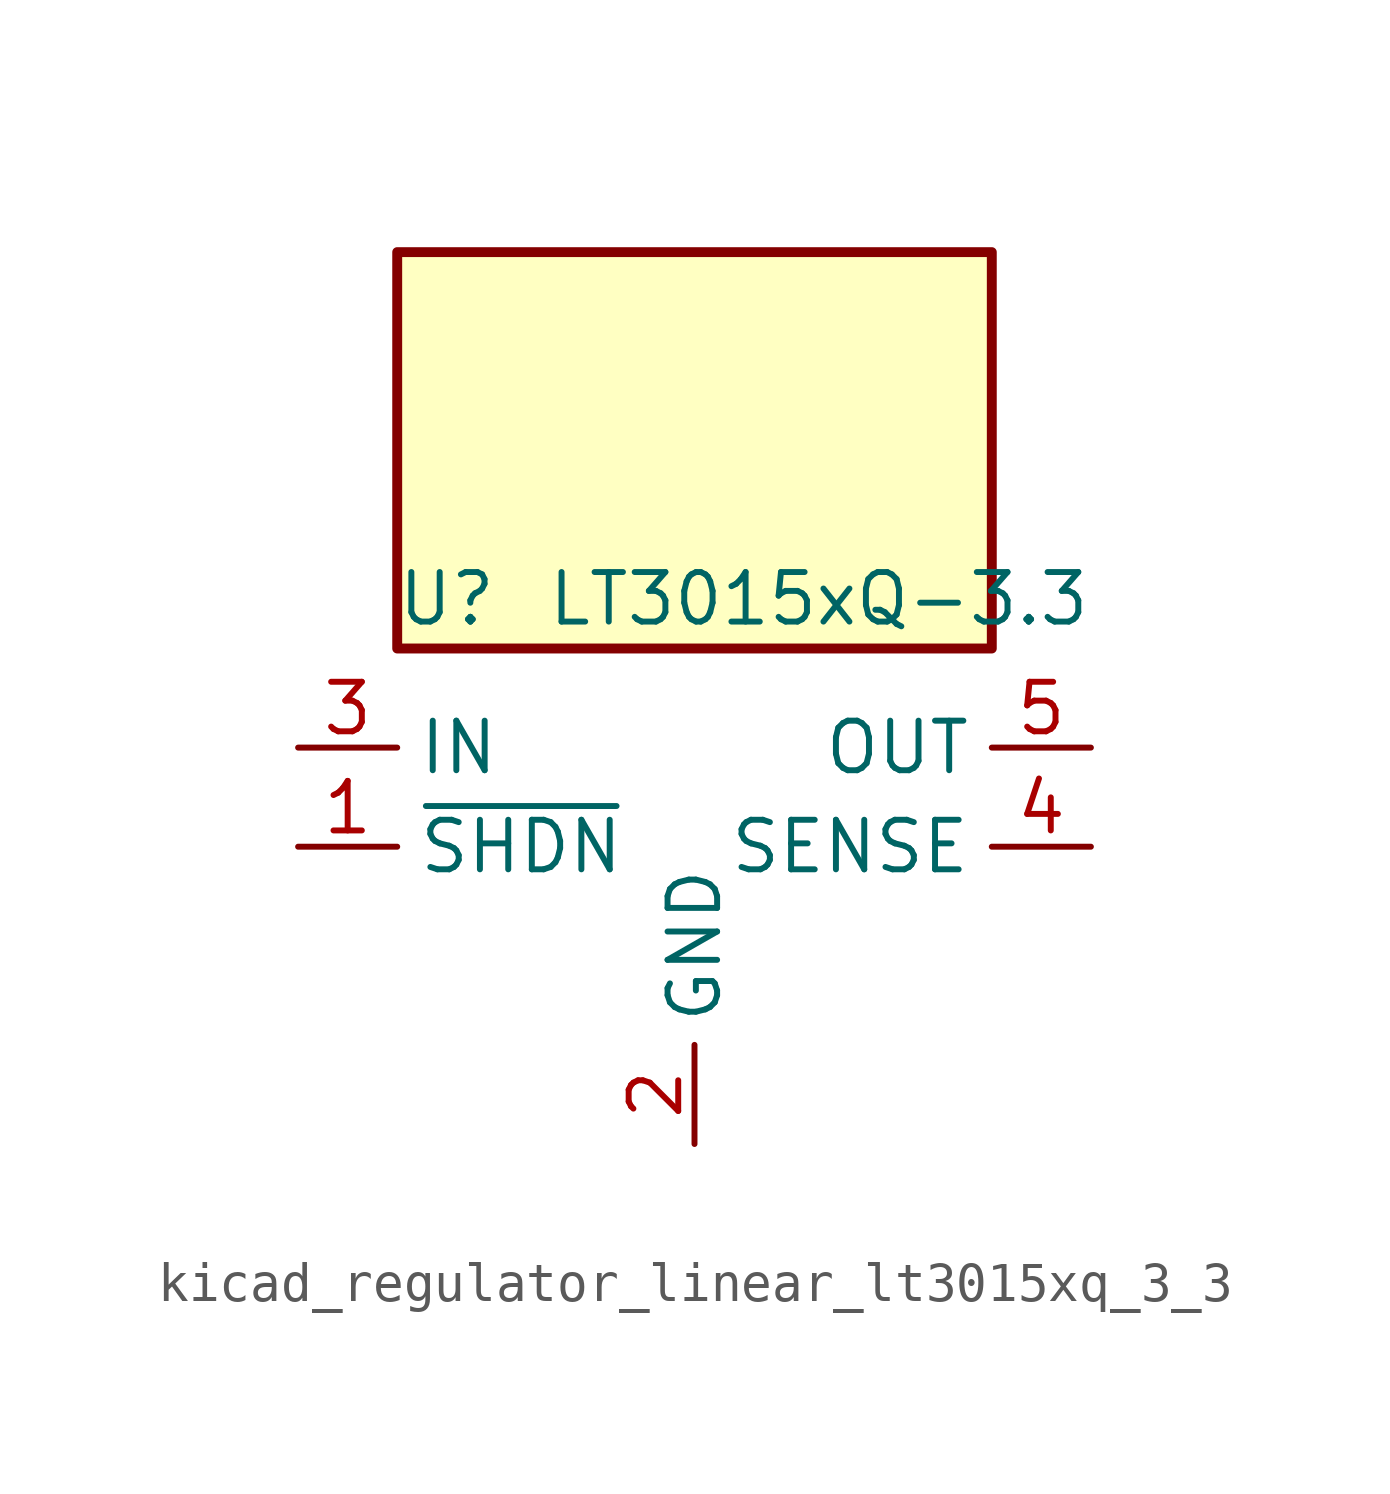
<source format=kicad_sym>
(kicad_symbol_lib
  (version 20220914)
  (generator kicad_symbol_editor)
  (symbol "kicad_regulator_linear_lt3015xq_3_3"
    (property "Reference" "U"
      (at -6.35 6.35 0)
      (effects (font (size 1.27 1.27))))
    (property "Value" "LT3015xQ-3.3"
      (at -3.81 6.35 0)
      (effects (font (size 1.27 1.27)) (justify left)))
    (symbol "kicad_regulator_linear_lt3015xq_3_3_0_1"
      (rectangle (start 7.62 15.24) (end -7.62 5.08) (stroke (width 0.254) (type default)) (fill (type background))))
    (symbol "kicad_regulator_linear_lt3015xq_3_3_1_1"
      (pin input line (at -10.16 0 0) (length 2.54) (name "~{SHDN}" (effects (font (size 1.27 1.27)))) (number "1" (effects (font (size 1.27 1.27)))))
      (pin power_in line (at 0 -7.62 90) (length 2.54) (name "GND" (effects (font (size 1.27 1.27)))) (number "2" (effects (font (size 1.27 1.27)))))
      (pin power_in line (at -10.16 2.54 0) (length 2.54) (name "IN" (effects (font (size 1.27 1.27)))) (number "3" (effects (font (size 1.27 1.27)))))
      (pin input line (at 10.16 0 180) (length 2.54) (name "SENSE" (effects (font (size 1.27 1.27)))) (number "4" (effects (font (size 1.27 1.27)))))
      (pin power_out line (at 10.16 2.54 180) (length 2.54) (name "OUT" (effects (font (size 1.27 1.27)))) (number "5" (effects (font (size 1.27 1.27))))))))
</source>
